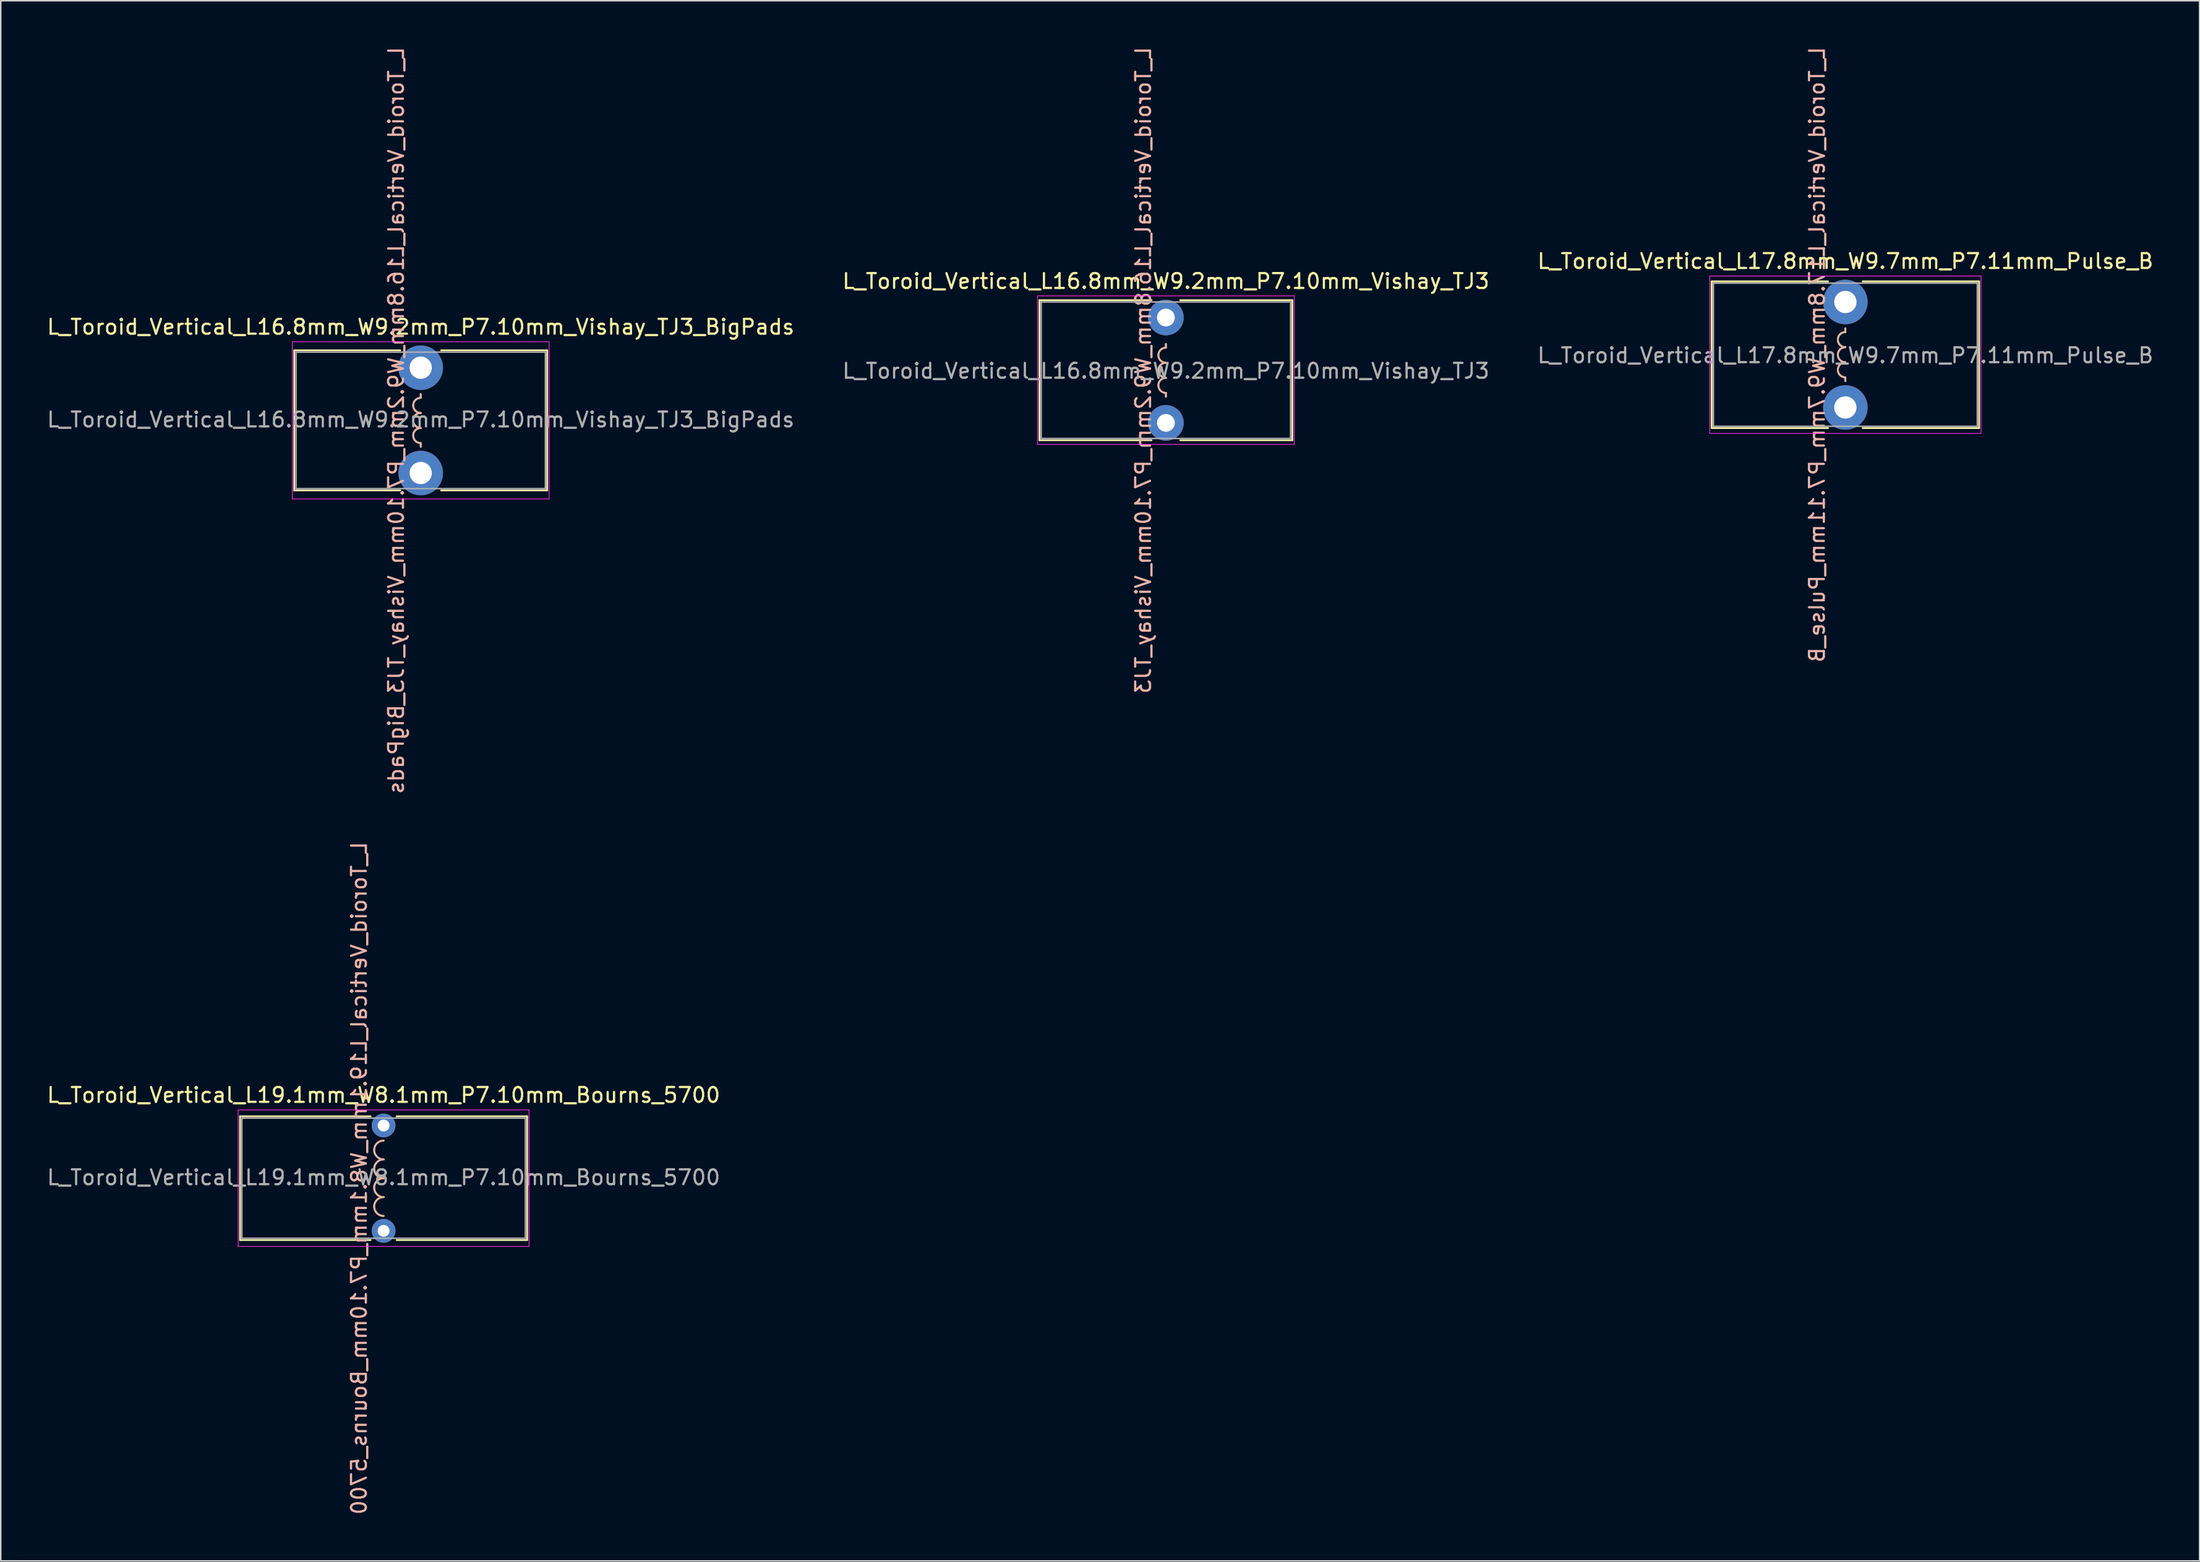
<source format=kicad_pcb>
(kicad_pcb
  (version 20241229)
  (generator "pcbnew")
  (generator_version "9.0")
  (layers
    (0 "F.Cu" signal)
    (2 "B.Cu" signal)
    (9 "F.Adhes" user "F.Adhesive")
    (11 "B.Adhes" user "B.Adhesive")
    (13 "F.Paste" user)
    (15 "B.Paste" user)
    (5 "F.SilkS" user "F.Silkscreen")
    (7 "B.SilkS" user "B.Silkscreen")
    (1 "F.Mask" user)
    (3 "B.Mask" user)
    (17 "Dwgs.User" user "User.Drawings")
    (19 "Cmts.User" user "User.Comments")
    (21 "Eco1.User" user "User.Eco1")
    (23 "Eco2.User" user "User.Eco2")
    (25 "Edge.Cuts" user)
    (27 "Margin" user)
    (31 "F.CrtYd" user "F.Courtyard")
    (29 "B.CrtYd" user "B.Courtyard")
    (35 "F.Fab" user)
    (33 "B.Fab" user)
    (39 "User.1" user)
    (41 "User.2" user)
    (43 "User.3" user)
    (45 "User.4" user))
  (footprint "L_Toroid_Vertical_L17.8mm_W9.7mm_P7.11mm_Pulse_B"
    (layer "F.Cu")
    (at 121.268 17.307)
    (property "Reference" "L_Toroid_Vertical_L17.8mm_W9.7mm_P7.11mm_Pulse_B" (at 0 -2.75 0) (layer "F.SilkS") (effects (font (size 1 1) (thickness 0.15))))
    (fp_line (start -9.01 -1.39) (end -9.01 8.5) (stroke (width 0.12) (type solid)) (layer "F.SilkS"))
    (fp_line (start -9.01 -1.39) (end -1.166 -1.39) (stroke (width 0.12) (type solid)) (layer "F.SilkS"))
    (fp_line (start -9.01 8.5) (end -1.166 8.5) (stroke (width 0.12) (type solid)) (layer "F.SilkS"))
    (fp_line (start 0 2.032) (end 0 1.778) (stroke (width 0.12) (type solid)) (layer "F.SilkS"))
    (fp_line (start 0 5.08) (end 0 5.334) (stroke (width 0.12) (type solid)) (layer "F.SilkS"))
    (fp_line (start 1.166 -1.39) (end 9.01 -1.39) (stroke (width 0.12) (type solid)) (layer "F.SilkS"))
    (fp_line (start 1.166 8.5) (end 9.01 8.5) (stroke (width 0.12) (type solid)) (layer "F.SilkS"))
    (fp_line (start 9.01 -1.39) (end 9.01 8.5) (stroke (width 0.12) (type solid)) (layer "F.SilkS"))
    (fp_arc (start 0 3.048) (mid -0.508 2.54) (end 0 2.032) (stroke (width 0.12) (type solid)) (layer "F.SilkS"))
    (fp_arc (start 0 4.064) (mid -0.508 3.556) (end 0 3.048) (stroke (width 0.12) (type solid)) (layer "F.SilkS"))
    (fp_arc (start 0 5.08) (mid -0.508 4.572) (end 0 4.064) (stroke (width 0.12) (type solid)) (layer "F.SilkS"))
    (fp_line (start 0 2.032) (end 0 1.778) (stroke (width 0.12) (type solid)) (layer "B.SilkS"))
    (fp_line (start 0 5.08) (end 0 5.334) (stroke (width 0.12) (type solid)) (layer "B.SilkS"))
    (fp_arc (start 0 3.048) (mid -0.508 2.54) (end 0 2.032) (stroke (width 0.12) (type solid)) (layer "B.SilkS"))
    (fp_arc (start 0 4.064) (mid -0.508 3.556) (end 0 3.048) (stroke (width 0.12) (type solid)) (layer "B.SilkS"))
    (fp_arc (start 0 5.08) (mid -0.508 4.572) (end 0 4.064) (stroke (width 0.12) (type solid)) (layer "B.SilkS"))
    (fp_line (start -9.14 -1.75) (end -9.14 8.86) (stroke (width 0.05) (type solid)) (layer "F.CrtYd"))
    (fp_line (start -9.14 8.86) (end 9.14 8.86) (stroke (width 0.05) (type solid)) (layer "F.CrtYd"))
    (fp_line (start 9.14 -1.75) (end -9.14 -1.75) (stroke (width 0.05) (type solid)) (layer "F.CrtYd"))
    (fp_line (start 9.14 8.86) (end 9.14 -1.75) (stroke (width 0.05) (type solid)) (layer "F.CrtYd"))
    (fp_line (start -8.89 -1.27) (end -8.89 8.38) (stroke (width 0.1) (type solid)) (layer "F.Fab"))
    (fp_line (start -8.89 8.38) (end 8.89 8.38) (stroke (width 0.1) (type solid)) (layer "F.Fab"))
    (fp_line (start 8.89 -1.27) (end -8.89 -1.27) (stroke (width 0.1) (type solid)) (layer "F.Fab"))
    (fp_line (start 8.89 8.38) (end 8.89 -1.27) (stroke (width 0.1) (type solid)) (layer "F.Fab"))
    (fp_text user "${REFERENCE}" (at -1.905 3.556 90) (layer "B.SilkS") (effects (font (size 1 1) (thickness 0.15)) (justify mirror)))
    (fp_text user "${REFERENCE}" (at 0 3.6 0) (layer "F.Fab") (effects (font (size 1 1) (thickness 0.15))))
    (pad "1" thru_hole circle (at 0 0) (size 3 3) (drill 1.5) (layers "*.Cu" "*.Mask"))
    (pad "2" thru_hole circle (at 0 7.11) (size 3 3) (drill 1.5) (layers "*.Cu" "*.Mask")))
  (footprint "L_Toroid_Vertical_L16.8mm_W9.2mm_P7.10mm_Vishay_TJ3"
    (layer "F.Cu")
    (at 75.494 18.355)
    (property "Reference" "L_Toroid_Vertical_L16.8mm_W9.2mm_P7.10mm_Vishay_TJ3" (at 0 -2.45 0) (layer "F.SilkS") (effects (font (size 1 1) (thickness 0.15))))
    (fp_line (start -8.52 -1.17) (end -8.52 8.27) (stroke (width 0.12) (type solid)) (layer "F.SilkS"))
    (fp_line (start -8.52 -1.17) (end -0.968 -1.17) (stroke (width 0.12) (type solid)) (layer "F.SilkS"))
    (fp_line (start -8.52 8.27) (end -0.968 8.27) (stroke (width 0.12) (type solid)) (layer "F.SilkS"))
    (fp_line (start 0 2.032) (end 0 1.778) (stroke (width 0.12) (type solid)) (layer "F.SilkS"))
    (fp_line (start 0 5.08) (end 0 5.334) (stroke (width 0.12) (type solid)) (layer "F.SilkS"))
    (fp_line (start 0.968 -1.17) (end 8.52 -1.17) (stroke (width 0.12) (type solid)) (layer "F.SilkS"))
    (fp_line (start 0.968 8.27) (end 8.52 8.27) (stroke (width 0.12) (type solid)) (layer "F.SilkS"))
    (fp_line (start 8.52 -1.17) (end 8.52 8.27) (stroke (width 0.12) (type solid)) (layer "F.SilkS"))
    (fp_arc (start 0 3.048) (mid -0.508 2.54) (end 0 2.032) (stroke (width 0.12) (type solid)) (layer "F.SilkS"))
    (fp_arc (start 0 4.064) (mid -0.508 3.556) (end 0 3.048) (stroke (width 0.12) (type solid)) (layer "F.SilkS"))
    (fp_arc (start 0 5.08) (mid -0.508 4.572) (end 0 4.064) (stroke (width 0.12) (type solid)) (layer "F.SilkS"))
    (fp_line (start 0 2.032) (end 0 1.778) (stroke (width 0.12) (type solid)) (layer "B.SilkS"))
    (fp_line (start 0 5.08) (end 0 5.334) (stroke (width 0.12) (type solid)) (layer "B.SilkS"))
    (fp_arc (start 0 3.048) (mid -0.508 2.54) (end 0 2.032) (stroke (width 0.12) (type solid)) (layer "B.SilkS"))
    (fp_arc (start 0 4.064) (mid -0.508 3.556) (end 0 3.048) (stroke (width 0.12) (type solid)) (layer "B.SilkS"))
    (fp_arc (start 0 5.08) (mid -0.508 4.572) (end 0 4.064) (stroke (width 0.12) (type solid)) (layer "B.SilkS"))
    (fp_line (start -8.65 -1.46) (end -8.65 8.55) (stroke (width 0.05) (type solid)) (layer "F.CrtYd"))
    (fp_line (start -8.65 8.55) (end 8.65 8.55) (stroke (width 0.05) (type solid)) (layer "F.CrtYd"))
    (fp_line (start 8.65 -1.46) (end -8.65 -1.46) (stroke (width 0.05) (type solid)) (layer "F.CrtYd"))
    (fp_line (start 8.65 8.55) (end 8.65 -1.46) (stroke (width 0.05) (type solid)) (layer "F.CrtYd"))
    (fp_line (start -8.4 -1.05) (end -8.4 8.15) (stroke (width 0.1) (type solid)) (layer "F.Fab"))
    (fp_line (start -8.4 8.15) (end 8.4 8.15) (stroke (width 0.1) (type solid)) (layer "F.Fab"))
    (fp_line (start 8.4 -1.05) (end -8.4 -1.05) (stroke (width 0.1) (type solid)) (layer "F.Fab"))
    (fp_line (start 8.4 8.15) (end 8.4 -1.05) (stroke (width 0.1) (type solid)) (layer "F.Fab"))
    (fp_text user "${REFERENCE}" (at -1.524 3.556 90) (layer "B.SilkS") (effects (font (size 1 1) (thickness 0.15)) (justify mirror)))
    (fp_text user "${REFERENCE}" (at 0 3.6 0) (layer "F.Fab") (effects (font (size 1 1) (thickness 0.15))))
    (pad "1" thru_hole circle (at 0 0) (size 2.4 2.4) (drill 1.2) (layers "*.Cu" "*.Mask"))
    (pad "2" thru_hole circle (at 0 7.1) (size 2.4 2.4) (drill 1.2) (layers "*.Cu" "*.Mask")))
  (footprint "L_Toroid_Vertical_L19.1mm_W8.1mm_P7.10mm_Bourns_5700"
    (layer "F.Cu")
    (at 22.792 72.819)
    (property "Reference" "L_Toroid_Vertical_L19.1mm_W8.1mm_P7.10mm_Bourns_5700" (at 0 -2.05 0) (layer "F.SilkS") (effects (font (size 1 1) (thickness 0.15))))
    (fp_line (start -9.67 -0.62) (end -9.67 7.72) (stroke (width 0.12) (type solid)) (layer "F.SilkS"))
    (fp_line (start -9.67 -0.62) (end -0.875 -0.62) (stroke (width 0.12) (type solid)) (layer "F.SilkS"))
    (fp_line (start -9.67 7.72) (end -0.875 7.72) (stroke (width 0.12) (type solid)) (layer "F.SilkS"))
    (fp_line (start 0.875 -0.62) (end 9.67 -0.62) (stroke (width 0.12) (type solid)) (layer "F.SilkS"))
    (fp_line (start 0.875 7.72) (end 9.67 7.72) (stroke (width 0.12) (type solid)) (layer "F.SilkS"))
    (fp_line (start 9.67 -0.62) (end 9.67 7.72) (stroke (width 0.12) (type solid)) (layer "F.SilkS"))
    (fp_arc (start 0 2.286) (mid -0.635 1.651) (end 0 1.016) (stroke (width 0.12) (type solid)) (layer "F.SilkS"))
    (fp_arc (start 0 3.556) (mid -0.635 2.921) (end 0 2.286) (stroke (width 0.12) (type solid)) (layer "F.SilkS"))
    (fp_arc (start 0 4.826) (mid -0.635 4.191) (end 0 3.556) (stroke (width 0.12) (type solid)) (layer "F.SilkS"))
    (fp_arc (start 0 6.096) (mid -0.635 5.461) (end 0 4.826) (stroke (width 0.12) (type solid)) (layer "F.SilkS"))
    (fp_arc (start 0 2.286) (mid -0.635 1.651) (end 0 1.016) (stroke (width 0.12) (type solid)) (layer "B.SilkS"))
    (fp_arc (start 0 3.556) (mid -0.635 2.921) (end 0 2.286) (stroke (width 0.12) (type solid)) (layer "B.SilkS"))
    (fp_arc (start 0 4.826) (mid -0.635 4.191) (end 0 3.556) (stroke (width 0.12) (type solid)) (layer "B.SilkS"))
    (fp_arc (start 0 6.096) (mid -0.635 5.461) (end 0 4.826) (stroke (width 0.12) (type solid)) (layer "B.SilkS"))
    (fp_line (start -9.8 -1.05) (end -9.8 8.15) (stroke (width 0.05) (type solid)) (layer "F.CrtYd"))
    (fp_line (start -9.8 8.15) (end 9.8 8.15) (stroke (width 0.05) (type solid)) (layer "F.CrtYd"))
    (fp_line (start 9.8 -1.05) (end -9.8 -1.05) (stroke (width 0.05) (type solid)) (layer "F.CrtYd"))
    (fp_line (start 9.8 8.15) (end 9.8 -1.05) (stroke (width 0.05) (type solid)) (layer "F.CrtYd"))
    (fp_line (start -9.55 -0.5) (end -9.55 7.6) (stroke (width 0.1) (type solid)) (layer "F.Fab"))
    (fp_line (start -9.55 7.6) (end 9.55 7.6) (stroke (width 0.1) (type solid)) (layer "F.Fab"))
    (fp_line (start 9.55 -0.5) (end -9.55 -0.5) (stroke (width 0.1) (type solid)) (layer "F.Fab"))
    (fp_line (start 9.55 7.6) (end 9.55 -0.5) (stroke (width 0.1) (type solid)) (layer "F.Fab"))
    (fp_text user "${REFERENCE}" (at -1.651 3.556 90) (layer "B.SilkS") (effects (font (size 1 1) (thickness 0.15)) (justify mirror)))
    (fp_text user "${REFERENCE}" (at 0 3.5 0) (layer "F.Fab") (effects (font (size 1 1) (thickness 0.15))))
    (pad "1" thru_hole circle (at 0 0) (size 1.6 1.6) (drill 0.8) (layers "*.Cu" "*.Mask"))
    (pad "2" thru_hole circle (at 0 7.1) (size 1.6 1.6) (drill 0.8) (layers "*.Cu" "*.Mask")))
  (footprint "L_Toroid_Vertical_L16.8mm_W9.2mm_P7.10mm_Vishay_TJ3_BigPads"
    (layer "F.Cu")
    (at 25.292 21.736)
    (property "Reference" "L_Toroid_Vertical_L16.8mm_W9.2mm_P7.10mm_Vishay_TJ3_BigPads" (at 0 -2.75 0) (layer "F.SilkS") (effects (font (size 1 1) (thickness 0.15))))
    (fp_line (start -8.52 -1.17) (end -8.52 8.27) (stroke (width 0.12) (type solid)) (layer "F.SilkS"))
    (fp_line (start -8.52 -1.17) (end -1.374 -1.17) (stroke (width 0.12) (type solid)) (layer "F.SilkS"))
    (fp_line (start -8.52 8.27) (end -1.374 8.27) (stroke (width 0.12) (type solid)) (layer "F.SilkS"))
    (fp_line (start 0 2.032) (end 0 1.778) (stroke (width 0.12) (type solid)) (layer "F.SilkS"))
    (fp_line (start 0 5.08) (end 0 5.334) (stroke (width 0.12) (type solid)) (layer "F.SilkS"))
    (fp_line (start 1.374 -1.17) (end 8.52 -1.17) (stroke (width 0.12) (type solid)) (layer "F.SilkS"))
    (fp_line (start 1.374 8.27) (end 8.52 8.27) (stroke (width 0.12) (type solid)) (layer "F.SilkS"))
    (fp_line (start 8.52 -1.17) (end 8.52 8.27) (stroke (width 0.12) (type solid)) (layer "F.SilkS"))
    (fp_arc (start 0 3.048) (mid -0.508 2.54) (end 0 2.032) (stroke (width 0.12) (type solid)) (layer "F.SilkS"))
    (fp_arc (start 0 4.064) (mid -0.508 3.556) (end 0 3.048) (stroke (width 0.12) (type solid)) (layer "F.SilkS"))
    (fp_arc (start 0 5.08) (mid -0.508 4.572) (end 0 4.064) (stroke (width 0.12) (type solid)) (layer "F.SilkS"))
    (fp_line (start 0 2.032) (end 0 1.778) (stroke (width 0.12) (type solid)) (layer "B.SilkS"))
    (fp_line (start 0 5.08) (end 0 5.334) (stroke (width 0.12) (type solid)) (layer "B.SilkS"))
    (fp_arc (start 0 3.048) (mid -0.508 2.54) (end 0 2.032) (stroke (width 0.12) (type solid)) (layer "B.SilkS"))
    (fp_arc (start 0 4.064) (mid -0.508 3.556) (end 0 3.048) (stroke (width 0.12) (type solid)) (layer "B.SilkS"))
    (fp_arc (start 0 5.08) (mid -0.508 4.572) (end 0 4.064) (stroke (width 0.12) (type solid)) (layer "B.SilkS"))
    (fp_line (start -8.65 -1.75) (end -8.65 8.85) (stroke (width 0.05) (type solid)) (layer "F.CrtYd"))
    (fp_line (start -8.65 8.85) (end 8.65 8.85) (stroke (width 0.05) (type solid)) (layer "F.CrtYd"))
    (fp_line (start 8.65 -1.75) (end -8.65 -1.75) (stroke (width 0.05) (type solid)) (layer "F.CrtYd"))
    (fp_line (start 8.65 8.85) (end 8.65 -1.75) (stroke (width 0.05) (type solid)) (layer "F.CrtYd"))
    (fp_line (start -8.4 -1.05) (end -8.4 8.15) (stroke (width 0.1) (type solid)) (layer "F.Fab"))
    (fp_line (start -8.4 8.15) (end 8.4 8.15) (stroke (width 0.1) (type solid)) (layer "F.Fab"))
    (fp_line (start 8.4 -1.05) (end -8.4 -1.05) (stroke (width 0.1) (type solid)) (layer "F.Fab"))
    (fp_line (start 8.4 8.15) (end 8.4 -1.05) (stroke (width 0.1) (type solid)) (layer "F.Fab"))
    (fp_text user "${REFERENCE}" (at -1.651 3.556 90) (layer "B.SilkS") (effects (font (size 1 1) (thickness 0.15)) (justify mirror)))
    (fp_text user "${REFERENCE}" (at 0 3.5 0) (layer "F.Fab") (effects (font (size 1 1) (thickness 0.15))))
    (pad "1" thru_hole circle (at 0 0) (size 3 3) (drill 1.5) (layers "*.Cu" "*.Mask"))
    (pad "2" thru_hole circle (at 0 7.1) (size 3 3) (drill 1.5) (layers "*.Cu" "*.Mask")))
  (gr_rect
    (start -3 -3)
    (end 145.131 102.167)
    (stroke (width 0.1) (type default))
    (fill no)
    (layer "Edge.Cuts")))
</source>
